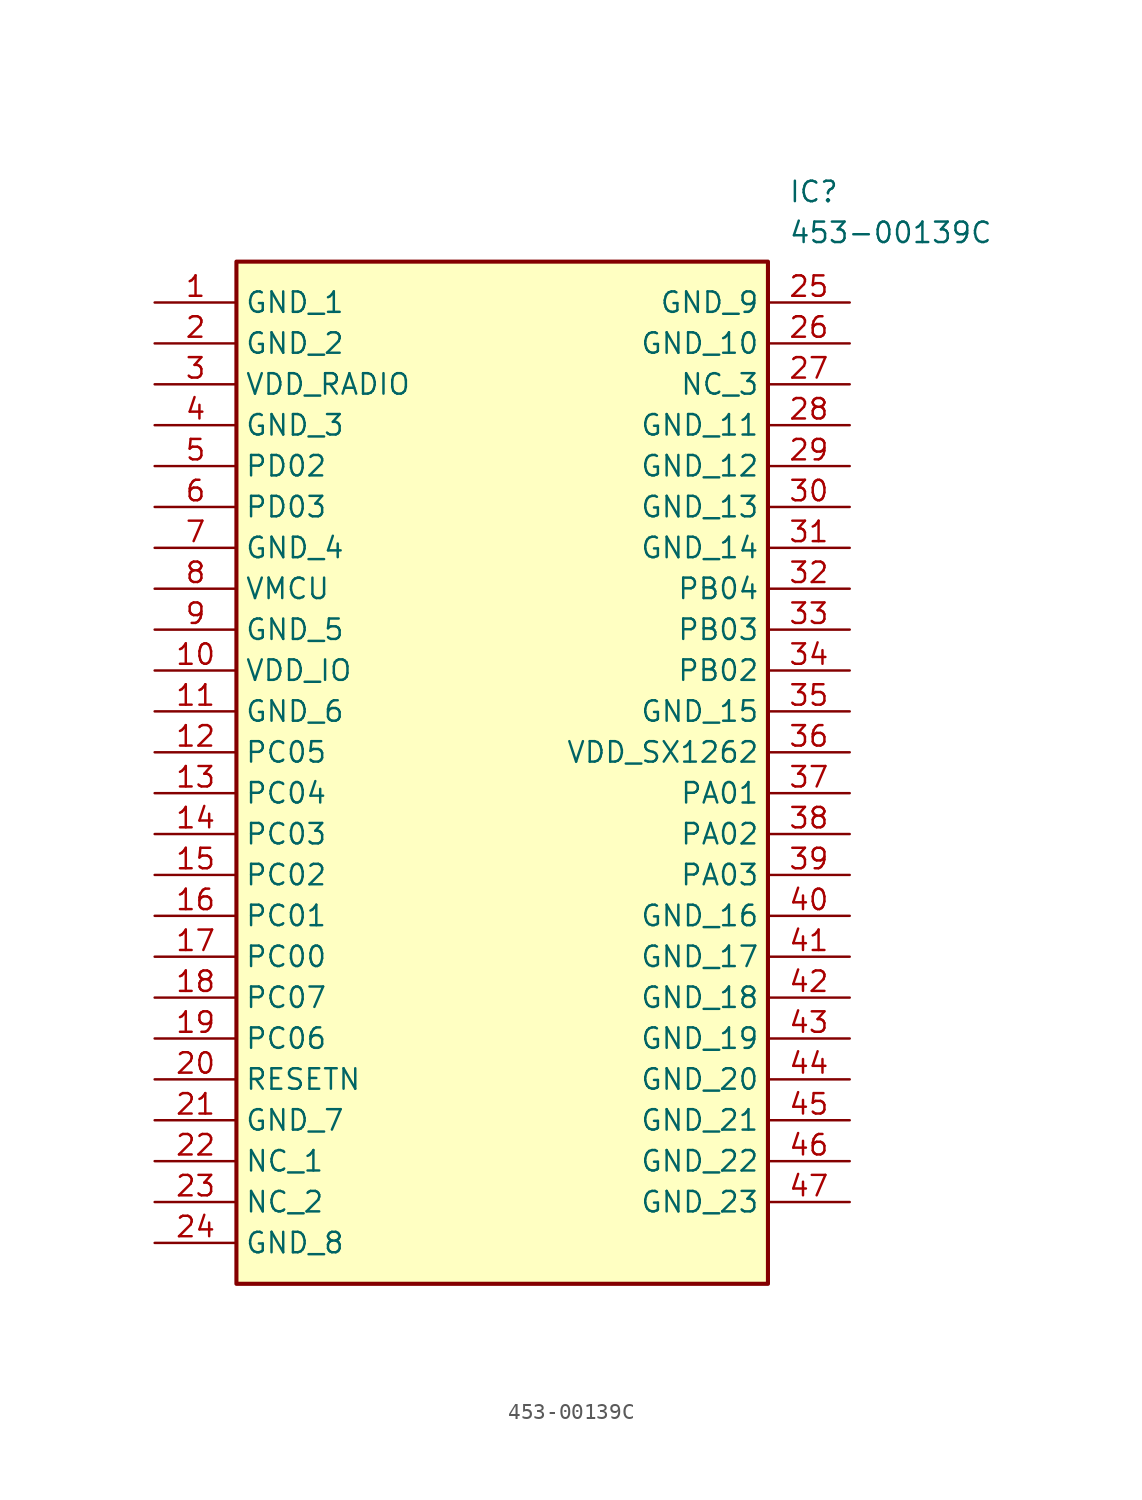
<source format=kicad_sym>
(kicad_symbol_lib
  (version 20241209)
  (generator "kicad_symbol_editor")
  (generator_version "9.0")
  (symbol "453-00139C"
    (property "Reference" "IC"
      (at 39.37 7.62 0)
      (effects (font (size 1.27 1.27)) (justify left top)))
    (property "Value" "453-00139C"
      (at 39.37 5.08 0)
      (effects (font (size 1.27 1.27)) (justify left top)))
    (symbol "453-00139C_1_1"
      (rectangle (start 5.08 2.54) (end 38.1 -60.96) (stroke (width 0.254) (type default)) (fill (type background)))
      (pin passive line (at 0 0 0) (length 5.08) (name "GND_1" (effects (font (size 1.27 1.27)))) (number "1" (effects (font (size 1.27 1.27)))))
      (pin passive line (at 0 -2.54 0) (length 5.08) (name "GND_2" (effects (font (size 1.27 1.27)))) (number "2" (effects (font (size 1.27 1.27)))))
      (pin passive line (at 0 -5.08 0) (length 5.08) (name "VDD_RADIO" (effects (font (size 1.27 1.27)))) (number "3" (effects (font (size 1.27 1.27)))))
      (pin passive line (at 0 -7.62 0) (length 5.08) (name "GND_3" (effects (font (size 1.27 1.27)))) (number "4" (effects (font (size 1.27 1.27)))))
      (pin passive line (at 0 -10.16 0) (length 5.08) (name "PD02" (effects (font (size 1.27 1.27)))) (number "5" (effects (font (size 1.27 1.27)))))
      (pin passive line (at 0 -12.7 0) (length 5.08) (name "PD03" (effects (font (size 1.27 1.27)))) (number "6" (effects (font (size 1.27 1.27)))))
      (pin passive line (at 0 -15.24 0) (length 5.08) (name "GND_4" (effects (font (size 1.27 1.27)))) (number "7" (effects (font (size 1.27 1.27)))))
      (pin passive line (at 0 -17.78 0) (length 5.08) (name "VMCU" (effects (font (size 1.27 1.27)))) (number "8" (effects (font (size 1.27 1.27)))))
      (pin passive line (at 0 -20.32 0) (length 5.08) (name "GND_5" (effects (font (size 1.27 1.27)))) (number "9" (effects (font (size 1.27 1.27)))))
      (pin passive line (at 0 -22.86 0) (length 5.08) (name "VDD_IO" (effects (font (size 1.27 1.27)))) (number "10" (effects (font (size 1.27 1.27)))))
      (pin passive line (at 0 -25.4 0) (length 5.08) (name "GND_6" (effects (font (size 1.27 1.27)))) (number "11" (effects (font (size 1.27 1.27)))))
      (pin passive line (at 0 -27.94 0) (length 5.08) (name "PC05" (effects (font (size 1.27 1.27)))) (number "12" (effects (font (size 1.27 1.27)))))
      (pin passive line (at 0 -30.48 0) (length 5.08) (name "PC04" (effects (font (size 1.27 1.27)))) (number "13" (effects (font (size 1.27 1.27)))))
      (pin passive line (at 0 -33.02 0) (length 5.08) (name "PC03" (effects (font (size 1.27 1.27)))) (number "14" (effects (font (size 1.27 1.27)))))
      (pin passive line (at 0 -35.56 0) (length 5.08) (name "PC02" (effects (font (size 1.27 1.27)))) (number "15" (effects (font (size 1.27 1.27)))))
      (pin passive line (at 0 -38.1 0) (length 5.08) (name "PC01" (effects (font (size 1.27 1.27)))) (number "16" (effects (font (size 1.27 1.27)))))
      (pin passive line (at 0 -40.64 0) (length 5.08) (name "PC00" (effects (font (size 1.27 1.27)))) (number "17" (effects (font (size 1.27 1.27)))))
      (pin passive line (at 0 -43.18 0) (length 5.08) (name "PC07" (effects (font (size 1.27 1.27)))) (number "18" (effects (font (size 1.27 1.27)))))
      (pin passive line (at 0 -45.72 0) (length 5.08) (name "PC06" (effects (font (size 1.27 1.27)))) (number "19" (effects (font (size 1.27 1.27)))))
      (pin passive line (at 0 -48.26 0) (length 5.08) (name "RESETN" (effects (font (size 1.27 1.27)))) (number "20" (effects (font (size 1.27 1.27)))))
      (pin passive line (at 0 -50.8 0) (length 5.08) (name "GND_7" (effects (font (size 1.27 1.27)))) (number "21" (effects (font (size 1.27 1.27)))))
      (pin passive line (at 0 -53.34 0) (length 5.08) (name "NC_1" (effects (font (size 1.27 1.27)))) (number "22" (effects (font (size 1.27 1.27)))))
      (pin passive line (at 0 -55.88 0) (length 5.08) (name "NC_2" (effects (font (size 1.27 1.27)))) (number "23" (effects (font (size 1.27 1.27)))))
      (pin passive line (at 0 -58.42 0) (length 5.08) (name "GND_8" (effects (font (size 1.27 1.27)))) (number "24" (effects (font (size 1.27 1.27)))))
      (pin passive line (at 43.18 0 180) (length 5.08) (name "GND_9" (effects (font (size 1.27 1.27)))) (number "25" (effects (font (size 1.27 1.27)))))
      (pin passive line (at 43.18 -2.54 180) (length 5.08) (name "GND_10" (effects (font (size 1.27 1.27)))) (number "26" (effects (font (size 1.27 1.27)))))
      (pin passive line (at 43.18 -5.08 180) (length 5.08) (name "NC_3" (effects (font (size 1.27 1.27)))) (number "27" (effects (font (size 1.27 1.27)))))
      (pin passive line (at 43.18 -7.62 180) (length 5.08) (name "GND_11" (effects (font (size 1.27 1.27)))) (number "28" (effects (font (size 1.27 1.27)))))
      (pin passive line (at 43.18 -10.16 180) (length 5.08) (name "GND_12" (effects (font (size 1.27 1.27)))) (number "29" (effects (font (size 1.27 1.27)))))
      (pin passive line (at 43.18 -12.7 180) (length 5.08) (name "GND_13" (effects (font (size 1.27 1.27)))) (number "30" (effects (font (size 1.27 1.27)))))
      (pin passive line (at 43.18 -15.24 180) (length 5.08) (name "GND_14" (effects (font (size 1.27 1.27)))) (number "31" (effects (font (size 1.27 1.27)))))
      (pin passive line (at 43.18 -17.78 180) (length 5.08) (name "PB04" (effects (font (size 1.27 1.27)))) (number "32" (effects (font (size 1.27 1.27)))))
      (pin passive line (at 43.18 -20.32 180) (length 5.08) (name "PB03" (effects (font (size 1.27 1.27)))) (number "33" (effects (font (size 1.27 1.27)))))
      (pin passive line (at 43.18 -22.86 180) (length 5.08) (name "PB02" (effects (font (size 1.27 1.27)))) (number "34" (effects (font (size 1.27 1.27)))))
      (pin passive line (at 43.18 -25.4 180) (length 5.08) (name "GND_15" (effects (font (size 1.27 1.27)))) (number "35" (effects (font (size 1.27 1.27)))))
      (pin passive line (at 43.18 -27.94 180) (length 5.08) (name "VDD_SX1262" (effects (font (size 1.27 1.27)))) (number "36" (effects (font (size 1.27 1.27)))))
      (pin passive line (at 43.18 -30.48 180) (length 5.08) (name "PA01" (effects (font (size 1.27 1.27)))) (number "37" (effects (font (size 1.27 1.27)))))
      (pin passive line (at 43.18 -33.02 180) (length 5.08) (name "PA02" (effects (font (size 1.27 1.27)))) (number "38" (effects (font (size 1.27 1.27)))))
      (pin passive line (at 43.18 -35.56 180) (length 5.08) (name "PA03" (effects (font (size 1.27 1.27)))) (number "39" (effects (font (size 1.27 1.27)))))
      (pin passive line (at 43.18 -38.1 180) (length 5.08) (name "GND_16" (effects (font (size 1.27 1.27)))) (number "40" (effects (font (size 1.27 1.27)))))
      (pin passive line (at 43.18 -40.64 180) (length 5.08) (name "GND_17" (effects (font (size 1.27 1.27)))) (number "41" (effects (font (size 1.27 1.27)))))
      (pin passive line (at 43.18 -43.18 180) (length 5.08) (name "GND_18" (effects (font (size 1.27 1.27)))) (number "42" (effects (font (size 1.27 1.27)))))
      (pin passive line (at 43.18 -45.72 180) (length 5.08) (name "GND_19" (effects (font (size 1.27 1.27)))) (number "43" (effects (font (size 1.27 1.27)))))
      (pin passive line (at 43.18 -48.26 180) (length 5.08) (name "GND_20" (effects (font (size 1.27 1.27)))) (number "44" (effects (font (size 1.27 1.27)))))
      (pin passive line (at 43.18 -50.8 180) (length 5.08) (name "GND_21" (effects (font (size 1.27 1.27)))) (number "45" (effects (font (size 1.27 1.27)))))
      (pin passive line (at 43.18 -53.34 180) (length 5.08) (name "GND_22" (effects (font (size 1.27 1.27)))) (number "46" (effects (font (size 1.27 1.27)))))
      (pin passive line (at 43.18 -55.88 180) (length 5.08) (name "GND_23" (effects (font (size 1.27 1.27)))) (number "47" (effects (font (size 1.27 1.27))))))))
</source>
